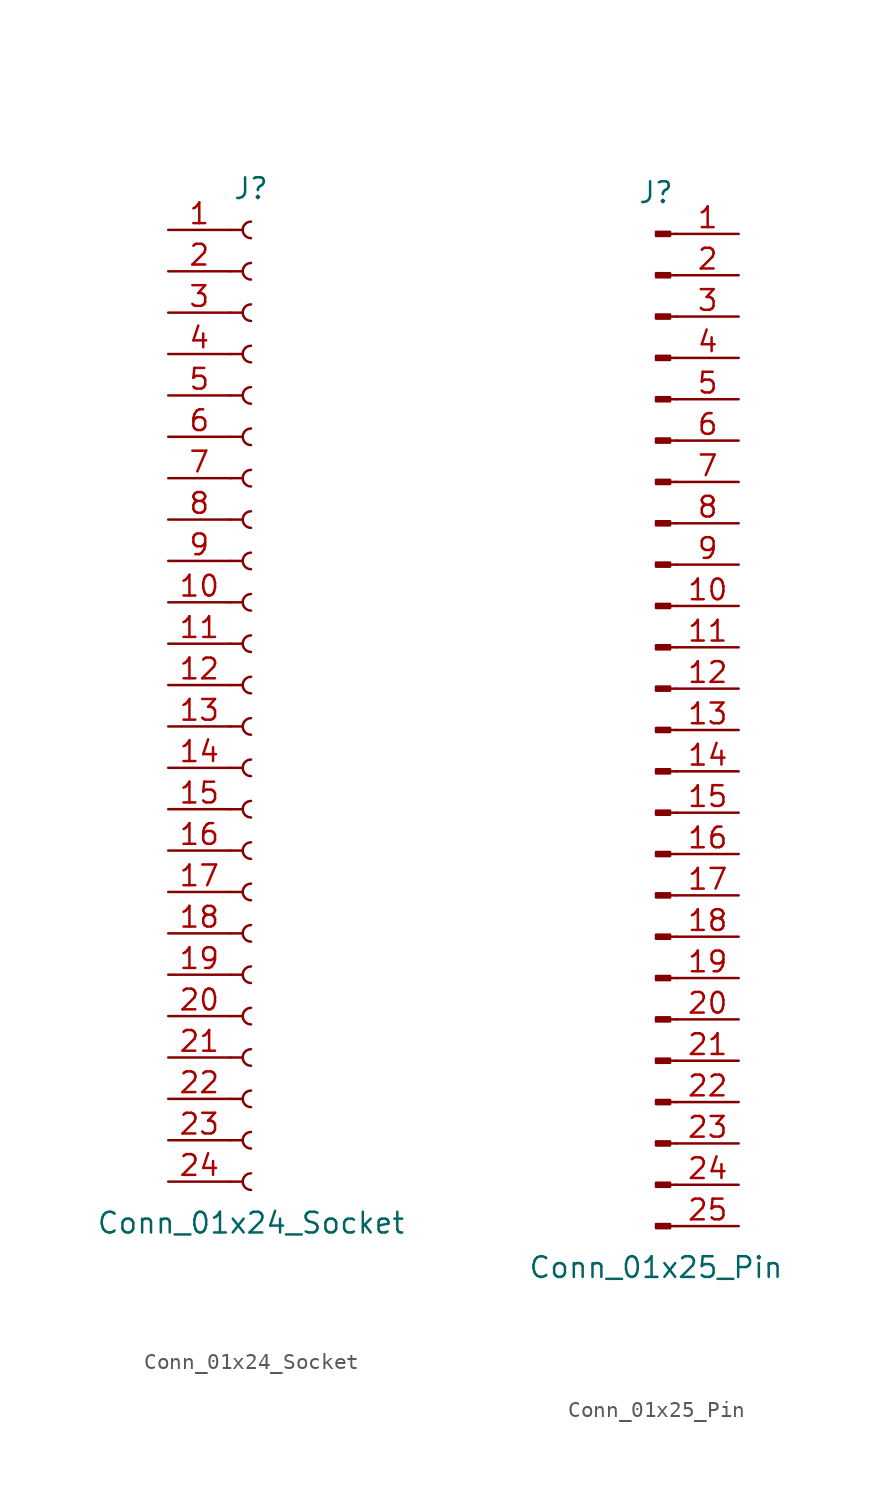
<source format=kicad_sym>
(kicad_symbol_lib
  (version 20220914)
  (generator kicad_symbol_editor)
  (symbol "Conn_01x24_Socket"
    (pin_names
      (offset 1.016) hide)
    (property "Reference" "J"
      (at 0 30.48 0)
      (effects (font (size 1.27 1.27))))
    (property "Value" "Conn_01x24_Socket"
      (at 0 -33.02 0)
      (effects (font (size 1.27 1.27))))
    (property "ki_locked" ""
      (at 0 0 0)
      (effects (font (size 1.27 1.27))))
    (symbol "Conn_01x24_Socket_1_1"
      (arc (start 0 -29.972) (mid -0.5058 -30.48) (end 0 -30.988) (stroke (width 0.1524) (type default)) (fill (type none)))
      (arc (start 0 -27.432) (mid -0.5058 -27.94) (end 0 -28.448) (stroke (width 0.1524) (type default)) (fill (type none)))
      (arc (start 0 -24.892) (mid -0.5058 -25.4) (end 0 -25.908) (stroke (width 0.1524) (type default)) (fill (type none)))
      (arc (start 0 -22.352) (mid -0.5058 -22.86) (end 0 -23.368) (stroke (width 0.1524) (type default)) (fill (type none)))
      (arc (start 0 -19.812) (mid -0.5058 -20.32) (end 0 -20.828) (stroke (width 0.1524) (type default)) (fill (type none)))
      (arc (start 0 -17.272) (mid -0.5058 -17.78) (end 0 -18.288) (stroke (width 0.1524) (type default)) (fill (type none)))
      (arc (start 0 -14.732) (mid -0.5058 -15.24) (end 0 -15.748) (stroke (width 0.1524) (type default)) (fill (type none)))
      (arc (start 0 -12.192) (mid -0.5058 -12.7) (end 0 -13.208) (stroke (width 0.1524) (type default)) (fill (type none)))
      (arc (start 0 -9.652) (mid -0.5058 -10.16) (end 0 -10.668) (stroke (width 0.1524) (type default)) (fill (type none)))
      (arc (start 0 -7.112) (mid -0.5058 -7.62) (end 0 -8.128) (stroke (width 0.1524) (type default)) (fill (type none)))
      (arc (start 0 -4.572) (mid -0.5058 -5.08) (end 0 -5.588) (stroke (width 0.1524) (type default)) (fill (type none)))
      (arc (start 0 -2.032) (mid -0.5058 -2.54) (end 0 -3.048) (stroke (width 0.1524) (type default)) (fill (type none)))
      (polyline (pts (xy -1.27 -30.48) (xy -0.508 -30.48)) (stroke (width 0.152) (type default)) (fill (type none)))
      (polyline (pts (xy -1.27 -27.94) (xy -0.508 -27.94)) (stroke (width 0.152) (type default)) (fill (type none)))
      (polyline (pts (xy -1.27 -25.4) (xy -0.508 -25.4)) (stroke (width 0.152) (type default)) (fill (type none)))
      (polyline (pts (xy -1.27 -22.86) (xy -0.508 -22.86)) (stroke (width 0.152) (type default)) (fill (type none)))
      (polyline (pts (xy -1.27 -20.32) (xy -0.508 -20.32)) (stroke (width 0.152) (type default)) (fill (type none)))
      (polyline (pts (xy -1.27 -17.78) (xy -0.508 -17.78)) (stroke (width 0.152) (type default)) (fill (type none)))
      (polyline (pts (xy -1.27 -15.24) (xy -0.508 -15.24)) (stroke (width 0.152) (type default)) (fill (type none)))
      (polyline (pts (xy -1.27 -12.7) (xy -0.508 -12.7)) (stroke (width 0.152) (type default)) (fill (type none)))
      (polyline (pts (xy -1.27 -10.16) (xy -0.508 -10.16)) (stroke (width 0.152) (type default)) (fill (type none)))
      (polyline (pts (xy -1.27 -7.62) (xy -0.508 -7.62)) (stroke (width 0.152) (type default)) (fill (type none)))
      (polyline (pts (xy -1.27 -5.08) (xy -0.508 -5.08)) (stroke (width 0.152) (type default)) (fill (type none)))
      (polyline (pts (xy -1.27 -2.54) (xy -0.508 -2.54)) (stroke (width 0.152) (type default)) (fill (type none)))
      (polyline (pts (xy -1.27 0) (xy -0.508 0)) (stroke (width 0.152) (type default)) (fill (type none)))
      (polyline (pts (xy -1.27 2.54) (xy -0.508 2.54)) (stroke (width 0.152) (type default)) (fill (type none)))
      (polyline (pts (xy -1.27 5.08) (xy -0.508 5.08)) (stroke (width 0.152) (type default)) (fill (type none)))
      (polyline (pts (xy -1.27 7.62) (xy -0.508 7.62)) (stroke (width 0.152) (type default)) (fill (type none)))
      (polyline (pts (xy -1.27 10.16) (xy -0.508 10.16)) (stroke (width 0.152) (type default)) (fill (type none)))
      (polyline (pts (xy -1.27 12.7) (xy -0.508 12.7)) (stroke (width 0.152) (type default)) (fill (type none)))
      (polyline (pts (xy -1.27 15.24) (xy -0.508 15.24)) (stroke (width 0.152) (type default)) (fill (type none)))
      (polyline (pts (xy -1.27 17.78) (xy -0.508 17.78)) (stroke (width 0.152) (type default)) (fill (type none)))
      (polyline (pts (xy -1.27 20.32) (xy -0.508 20.32)) (stroke (width 0.152) (type default)) (fill (type none)))
      (polyline (pts (xy -1.27 22.86) (xy -0.508 22.86)) (stroke (width 0.152) (type default)) (fill (type none)))
      (polyline (pts (xy -1.27 25.4) (xy -0.508 25.4)) (stroke (width 0.152) (type default)) (fill (type none)))
      (polyline (pts (xy -1.27 27.94) (xy -0.508 27.94)) (stroke (width 0.152) (type default)) (fill (type none)))
      (arc (start 0 0.508) (mid -0.5058 0) (end 0 -0.508) (stroke (width 0.1524) (type default)) (fill (type none)))
      (arc (start 0 3.048) (mid -0.5058 2.54) (end 0 2.032) (stroke (width 0.1524) (type default)) (fill (type none)))
      (arc (start 0 5.588) (mid -0.5058 5.08) (end 0 4.572) (stroke (width 0.1524) (type default)) (fill (type none)))
      (arc (start 0 8.128) (mid -0.5058 7.62) (end 0 7.112) (stroke (width 0.1524) (type default)) (fill (type none)))
      (arc (start 0 10.668) (mid -0.5058 10.16) (end 0 9.652) (stroke (width 0.1524) (type default)) (fill (type none)))
      (arc (start 0 13.208) (mid -0.5058 12.7) (end 0 12.192) (stroke (width 0.1524) (type default)) (fill (type none)))
      (arc (start 0 15.748) (mid -0.5058 15.24) (end 0 14.732) (stroke (width 0.1524) (type default)) (fill (type none)))
      (arc (start 0 18.288) (mid -0.5058 17.78) (end 0 17.272) (stroke (width 0.1524) (type default)) (fill (type none)))
      (arc (start 0 20.828) (mid -0.5058 20.32) (end 0 19.812) (stroke (width 0.1524) (type default)) (fill (type none)))
      (arc (start 0 23.368) (mid -0.5058 22.86) (end 0 22.352) (stroke (width 0.1524) (type default)) (fill (type none)))
      (arc (start 0 25.908) (mid -0.5058 25.4) (end 0 24.892) (stroke (width 0.1524) (type default)) (fill (type none)))
      (arc (start 0 28.448) (mid -0.5058 27.94) (end 0 27.432) (stroke (width 0.1524) (type default)) (fill (type none)))
      (pin passive line (at -5.08 27.94 0) (length 3.81) (name "Pin_1" (effects (font (size 1.27 1.27)))) (number "1" (effects (font (size 1.27 1.27)))))
      (pin passive line (at -5.08 5.08 0) (length 3.81) (name "Pin_10" (effects (font (size 1.27 1.27)))) (number "10" (effects (font (size 1.27 1.27)))))
      (pin passive line (at -5.08 2.54 0) (length 3.81) (name "Pin_11" (effects (font (size 1.27 1.27)))) (number "11" (effects (font (size 1.27 1.27)))))
      (pin passive line (at -5.08 0 0) (length 3.81) (name "Pin_12" (effects (font (size 1.27 1.27)))) (number "12" (effects (font (size 1.27 1.27)))))
      (pin passive line (at -5.08 -2.54 0) (length 3.81) (name "Pin_13" (effects (font (size 1.27 1.27)))) (number "13" (effects (font (size 1.27 1.27)))))
      (pin passive line (at -5.08 -5.08 0) (length 3.81) (name "Pin_14" (effects (font (size 1.27 1.27)))) (number "14" (effects (font (size 1.27 1.27)))))
      (pin passive line (at -5.08 -7.62 0) (length 3.81) (name "Pin_15" (effects (font (size 1.27 1.27)))) (number "15" (effects (font (size 1.27 1.27)))))
      (pin passive line (at -5.08 -10.16 0) (length 3.81) (name "Pin_16" (effects (font (size 1.27 1.27)))) (number "16" (effects (font (size 1.27 1.27)))))
      (pin passive line (at -5.08 -12.7 0) (length 3.81) (name "Pin_17" (effects (font (size 1.27 1.27)))) (number "17" (effects (font (size 1.27 1.27)))))
      (pin passive line (at -5.08 -15.24 0) (length 3.81) (name "Pin_18" (effects (font (size 1.27 1.27)))) (number "18" (effects (font (size 1.27 1.27)))))
      (pin passive line (at -5.08 -17.78 0) (length 3.81) (name "Pin_19" (effects (font (size 1.27 1.27)))) (number "19" (effects (font (size 1.27 1.27)))))
      (pin passive line (at -5.08 25.4 0) (length 3.81) (name "Pin_2" (effects (font (size 1.27 1.27)))) (number "2" (effects (font (size 1.27 1.27)))))
      (pin passive line (at -5.08 -20.32 0) (length 3.81) (name "Pin_20" (effects (font (size 1.27 1.27)))) (number "20" (effects (font (size 1.27 1.27)))))
      (pin passive line (at -5.08 -22.86 0) (length 3.81) (name "Pin_21" (effects (font (size 1.27 1.27)))) (number "21" (effects (font (size 1.27 1.27)))))
      (pin passive line (at -5.08 -25.4 0) (length 3.81) (name "Pin_22" (effects (font (size 1.27 1.27)))) (number "22" (effects (font (size 1.27 1.27)))))
      (pin passive line (at -5.08 -27.94 0) (length 3.81) (name "Pin_23" (effects (font (size 1.27 1.27)))) (number "23" (effects (font (size 1.27 1.27)))))
      (pin passive line (at -5.08 -30.48 0) (length 3.81) (name "Pin_24" (effects (font (size 1.27 1.27)))) (number "24" (effects (font (size 1.27 1.27)))))
      (pin passive line (at -5.08 22.86 0) (length 3.81) (name "Pin_3" (effects (font (size 1.27 1.27)))) (number "3" (effects (font (size 1.27 1.27)))))
      (pin passive line (at -5.08 20.32 0) (length 3.81) (name "Pin_4" (effects (font (size 1.27 1.27)))) (number "4" (effects (font (size 1.27 1.27)))))
      (pin passive line (at -5.08 17.78 0) (length 3.81) (name "Pin_5" (effects (font (size 1.27 1.27)))) (number "5" (effects (font (size 1.27 1.27)))))
      (pin passive line (at -5.08 15.24 0) (length 3.81) (name "Pin_6" (effects (font (size 1.27 1.27)))) (number "6" (effects (font (size 1.27 1.27)))))
      (pin passive line (at -5.08 12.7 0) (length 3.81) (name "Pin_7" (effects (font (size 1.27 1.27)))) (number "7" (effects (font (size 1.27 1.27)))))
      (pin passive line (at -5.08 10.16 0) (length 3.81) (name "Pin_8" (effects (font (size 1.27 1.27)))) (number "8" (effects (font (size 1.27 1.27)))))
      (pin passive line (at -5.08 7.62 0) (length 3.81) (name "Pin_9" (effects (font (size 1.27 1.27)))) (number "9" (effects (font (size 1.27 1.27)))))))
  (symbol "Conn_01x25_Pin"
    (pin_names
      (offset 1.016) hide)
    (property "Reference" "J"
      (at 0 33.02 0)
      (effects (font (size 1.27 1.27))))
    (property "Value" "Conn_01x25_Pin"
      (at 0 -33.02 0)
      (effects (font (size 1.27 1.27))))
    (property "ki_locked" ""
      (at 0 0 0)
      (effects (font (size 1.27 1.27))))
    (symbol "Conn_01x25_Pin_1_1"
      (polyline (pts (xy 1.27 -30.48) (xy 0.864 -30.48)) (stroke (width 0.152) (type default)) (fill (type none)))
      (polyline (pts (xy 1.27 -27.94) (xy 0.864 -27.94)) (stroke (width 0.152) (type default)) (fill (type none)))
      (polyline (pts (xy 1.27 -25.4) (xy 0.864 -25.4)) (stroke (width 0.152) (type default)) (fill (type none)))
      (polyline (pts (xy 1.27 -22.86) (xy 0.864 -22.86)) (stroke (width 0.152) (type default)) (fill (type none)))
      (polyline (pts (xy 1.27 -20.32) (xy 0.864 -20.32)) (stroke (width 0.152) (type default)) (fill (type none)))
      (polyline (pts (xy 1.27 -17.78) (xy 0.864 -17.78)) (stroke (width 0.152) (type default)) (fill (type none)))
      (polyline (pts (xy 1.27 -15.24) (xy 0.864 -15.24)) (stroke (width 0.152) (type default)) (fill (type none)))
      (polyline (pts (xy 1.27 -12.7) (xy 0.864 -12.7)) (stroke (width 0.152) (type default)) (fill (type none)))
      (polyline (pts (xy 1.27 -10.16) (xy 0.864 -10.16)) (stroke (width 0.152) (type default)) (fill (type none)))
      (polyline (pts (xy 1.27 -7.62) (xy 0.864 -7.62)) (stroke (width 0.152) (type default)) (fill (type none)))
      (polyline (pts (xy 1.27 -5.08) (xy 0.864 -5.08)) (stroke (width 0.152) (type default)) (fill (type none)))
      (polyline (pts (xy 1.27 -2.54) (xy 0.864 -2.54)) (stroke (width 0.152) (type default)) (fill (type none)))
      (polyline (pts (xy 1.27 0) (xy 0.864 0)) (stroke (width 0.152) (type default)) (fill (type none)))
      (polyline (pts (xy 1.27 2.54) (xy 0.864 2.54)) (stroke (width 0.152) (type default)) (fill (type none)))
      (polyline (pts (xy 1.27 5.08) (xy 0.864 5.08)) (stroke (width 0.152) (type default)) (fill (type none)))
      (polyline (pts (xy 1.27 7.62) (xy 0.864 7.62)) (stroke (width 0.152) (type default)) (fill (type none)))
      (polyline (pts (xy 1.27 10.16) (xy 0.864 10.16)) (stroke (width 0.152) (type default)) (fill (type none)))
      (polyline (pts (xy 1.27 12.7) (xy 0.864 12.7)) (stroke (width 0.152) (type default)) (fill (type none)))
      (polyline (pts (xy 1.27 15.24) (xy 0.864 15.24)) (stroke (width 0.152) (type default)) (fill (type none)))
      (polyline (pts (xy 1.27 17.78) (xy 0.864 17.78)) (stroke (width 0.152) (type default)) (fill (type none)))
      (polyline (pts (xy 1.27 20.32) (xy 0.864 20.32)) (stroke (width 0.152) (type default)) (fill (type none)))
      (polyline (pts (xy 1.27 22.86) (xy 0.864 22.86)) (stroke (width 0.152) (type default)) (fill (type none)))
      (polyline (pts (xy 1.27 25.4) (xy 0.864 25.4)) (stroke (width 0.152) (type default)) (fill (type none)))
      (polyline (pts (xy 1.27 27.94) (xy 0.864 27.94)) (stroke (width 0.152) (type default)) (fill (type none)))
      (polyline (pts (xy 1.27 30.48) (xy 0.864 30.48)) (stroke (width 0.152) (type default)) (fill (type none)))
      (rectangle (start 0.864 -30.353) (end 0 -30.607) (stroke (width 0.152) (type default)) (fill (type outline)))
      (rectangle (start 0.864 -27.813) (end 0 -28.067) (stroke (width 0.152) (type default)) (fill (type outline)))
      (rectangle (start 0.864 -25.273) (end 0 -25.527) (stroke (width 0.152) (type default)) (fill (type outline)))
      (rectangle (start 0.864 -22.733) (end 0 -22.987) (stroke (width 0.152) (type default)) (fill (type outline)))
      (rectangle (start 0.864 -20.193) (end 0 -20.447) (stroke (width 0.152) (type default)) (fill (type outline)))
      (rectangle (start 0.864 -17.653) (end 0 -17.907) (stroke (width 0.152) (type default)) (fill (type outline)))
      (rectangle (start 0.864 -15.113) (end 0 -15.367) (stroke (width 0.152) (type default)) (fill (type outline)))
      (rectangle (start 0.864 -12.573) (end 0 -12.827) (stroke (width 0.152) (type default)) (fill (type outline)))
      (rectangle (start 0.864 -10.033) (end 0 -10.287) (stroke (width 0.152) (type default)) (fill (type outline)))
      (rectangle (start 0.864 -7.493) (end 0 -7.747) (stroke (width 0.152) (type default)) (fill (type outline)))
      (rectangle (start 0.864 -4.953) (end 0 -5.207) (stroke (width 0.152) (type default)) (fill (type outline)))
      (rectangle (start 0.864 -2.413) (end 0 -2.667) (stroke (width 0.152) (type default)) (fill (type outline)))
      (rectangle (start 0.864 0.127) (end 0 -0.127) (stroke (width 0.152) (type default)) (fill (type outline)))
      (rectangle (start 0.864 2.667) (end 0 2.413) (stroke (width 0.152) (type default)) (fill (type outline)))
      (rectangle (start 0.864 5.207) (end 0 4.953) (stroke (width 0.152) (type default)) (fill (type outline)))
      (rectangle (start 0.864 7.747) (end 0 7.493) (stroke (width 0.152) (type default)) (fill (type outline)))
      (rectangle (start 0.864 10.287) (end 0 10.033) (stroke (width 0.152) (type default)) (fill (type outline)))
      (rectangle (start 0.864 12.827) (end 0 12.573) (stroke (width 0.152) (type default)) (fill (type outline)))
      (rectangle (start 0.864 15.367) (end 0 15.113) (stroke (width 0.152) (type default)) (fill (type outline)))
      (rectangle (start 0.864 17.907) (end 0 17.653) (stroke (width 0.152) (type default)) (fill (type outline)))
      (rectangle (start 0.864 20.447) (end 0 20.193) (stroke (width 0.152) (type default)) (fill (type outline)))
      (rectangle (start 0.864 22.987) (end 0 22.733) (stroke (width 0.152) (type default)) (fill (type outline)))
      (rectangle (start 0.864 25.527) (end 0 25.273) (stroke (width 0.152) (type default)) (fill (type outline)))
      (rectangle (start 0.864 28.067) (end 0 27.813) (stroke (width 0.152) (type default)) (fill (type outline)))
      (rectangle (start 0.864 30.607) (end 0 30.353) (stroke (width 0.152) (type default)) (fill (type outline)))
      (pin passive line (at 5.08 30.48 180) (length 3.81) (name "Pin_1" (effects (font (size 1.27 1.27)))) (number "1" (effects (font (size 1.27 1.27)))))
      (pin passive line (at 5.08 7.62 180) (length 3.81) (name "Pin_10" (effects (font (size 1.27 1.27)))) (number "10" (effects (font (size 1.27 1.27)))))
      (pin passive line (at 5.08 5.08 180) (length 3.81) (name "Pin_11" (effects (font (size 1.27 1.27)))) (number "11" (effects (font (size 1.27 1.27)))))
      (pin passive line (at 5.08 2.54 180) (length 3.81) (name "Pin_12" (effects (font (size 1.27 1.27)))) (number "12" (effects (font (size 1.27 1.27)))))
      (pin passive line (at 5.08 0 180) (length 3.81) (name "Pin_13" (effects (font (size 1.27 1.27)))) (number "13" (effects (font (size 1.27 1.27)))))
      (pin passive line (at 5.08 -2.54 180) (length 3.81) (name "Pin_14" (effects (font (size 1.27 1.27)))) (number "14" (effects (font (size 1.27 1.27)))))
      (pin passive line (at 5.08 -5.08 180) (length 3.81) (name "Pin_15" (effects (font (size 1.27 1.27)))) (number "15" (effects (font (size 1.27 1.27)))))
      (pin passive line (at 5.08 -7.62 180) (length 3.81) (name "Pin_16" (effects (font (size 1.27 1.27)))) (number "16" (effects (font (size 1.27 1.27)))))
      (pin passive line (at 5.08 -10.16 180) (length 3.81) (name "Pin_17" (effects (font (size 1.27 1.27)))) (number "17" (effects (font (size 1.27 1.27)))))
      (pin passive line (at 5.08 -12.7 180) (length 3.81) (name "Pin_18" (effects (font (size 1.27 1.27)))) (number "18" (effects (font (size 1.27 1.27)))))
      (pin passive line (at 5.08 -15.24 180) (length 3.81) (name "Pin_19" (effects (font (size 1.27 1.27)))) (number "19" (effects (font (size 1.27 1.27)))))
      (pin passive line (at 5.08 27.94 180) (length 3.81) (name "Pin_2" (effects (font (size 1.27 1.27)))) (number "2" (effects (font (size 1.27 1.27)))))
      (pin passive line (at 5.08 -17.78 180) (length 3.81) (name "Pin_20" (effects (font (size 1.27 1.27)))) (number "20" (effects (font (size 1.27 1.27)))))
      (pin passive line (at 5.08 -20.32 180) (length 3.81) (name "Pin_21" (effects (font (size 1.27 1.27)))) (number "21" (effects (font (size 1.27 1.27)))))
      (pin passive line (at 5.08 -22.86 180) (length 3.81) (name "Pin_22" (effects (font (size 1.27 1.27)))) (number "22" (effects (font (size 1.27 1.27)))))
      (pin passive line (at 5.08 -25.4 180) (length 3.81) (name "Pin_23" (effects (font (size 1.27 1.27)))) (number "23" (effects (font (size 1.27 1.27)))))
      (pin passive line (at 5.08 -27.94 180) (length 3.81) (name "Pin_24" (effects (font (size 1.27 1.27)))) (number "24" (effects (font (size 1.27 1.27)))))
      (pin passive line (at 5.08 -30.48 180) (length 3.81) (name "Pin_25" (effects (font (size 1.27 1.27)))) (number "25" (effects (font (size 1.27 1.27)))))
      (pin passive line (at 5.08 25.4 180) (length 3.81) (name "Pin_3" (effects (font (size 1.27 1.27)))) (number "3" (effects (font (size 1.27 1.27)))))
      (pin passive line (at 5.08 22.86 180) (length 3.81) (name "Pin_4" (effects (font (size 1.27 1.27)))) (number "4" (effects (font (size 1.27 1.27)))))
      (pin passive line (at 5.08 20.32 180) (length 3.81) (name "Pin_5" (effects (font (size 1.27 1.27)))) (number "5" (effects (font (size 1.27 1.27)))))
      (pin passive line (at 5.08 17.78 180) (length 3.81) (name "Pin_6" (effects (font (size 1.27 1.27)))) (number "6" (effects (font (size 1.27 1.27)))))
      (pin passive line (at 5.08 15.24 180) (length 3.81) (name "Pin_7" (effects (font (size 1.27 1.27)))) (number "7" (effects (font (size 1.27 1.27)))))
      (pin passive line (at 5.08 12.7 180) (length 3.81) (name "Pin_8" (effects (font (size 1.27 1.27)))) (number "8" (effects (font (size 1.27 1.27)))))
      (pin passive line (at 5.08 10.16 180) (length 3.81) (name "Pin_9" (effects (font (size 1.27 1.27)))) (number "9" (effects (font (size 1.27 1.27))))))))
</source>
